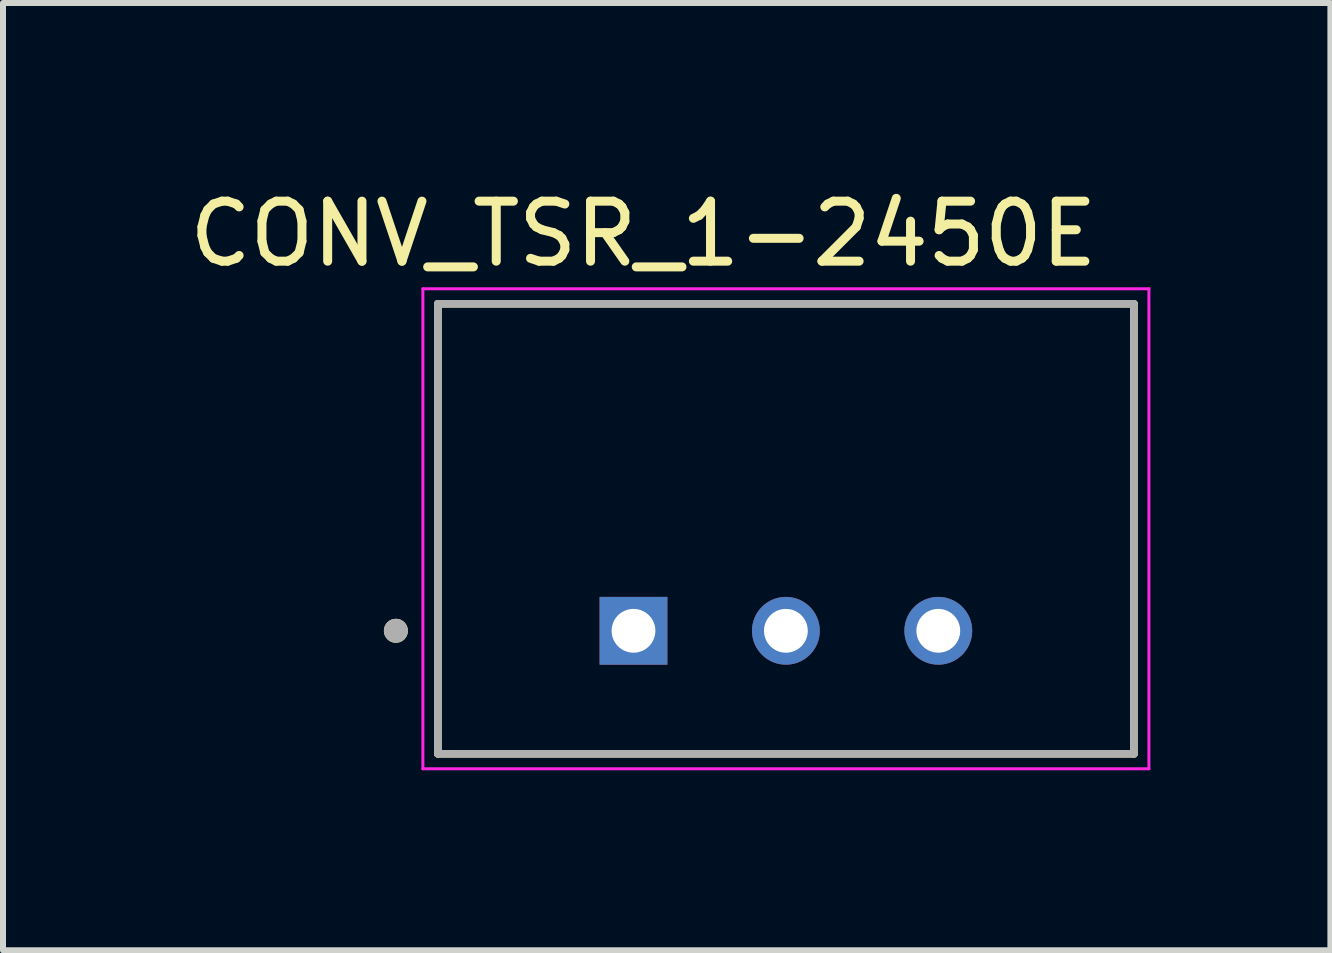
<source format=kicad_pcb>
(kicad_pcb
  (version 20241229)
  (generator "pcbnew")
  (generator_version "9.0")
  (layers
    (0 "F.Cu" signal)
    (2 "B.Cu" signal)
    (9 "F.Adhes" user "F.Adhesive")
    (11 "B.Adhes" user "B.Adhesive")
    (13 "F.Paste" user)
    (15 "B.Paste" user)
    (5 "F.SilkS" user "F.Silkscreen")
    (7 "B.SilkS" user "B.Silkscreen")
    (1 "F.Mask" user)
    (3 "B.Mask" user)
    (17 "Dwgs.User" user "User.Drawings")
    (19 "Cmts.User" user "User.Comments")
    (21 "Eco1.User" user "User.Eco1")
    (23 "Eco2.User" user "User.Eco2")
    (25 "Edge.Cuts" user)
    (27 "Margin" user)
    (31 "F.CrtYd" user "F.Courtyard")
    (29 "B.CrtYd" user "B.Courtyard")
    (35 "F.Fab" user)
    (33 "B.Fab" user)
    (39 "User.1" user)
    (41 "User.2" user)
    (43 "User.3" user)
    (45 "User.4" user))
  (footprint "CONV_TSR_1-2450E"
    (layer "F.Cu")
    (at 10.048 5.763)
    (property "Reference" "CONV_TSR_1-2450E" (at -2.375 -4.915 0) (layer "F.SilkS") (effects (font (size 1 1) (thickness 0.15))))
    (attr through_hole)
    (fp_line (start -5.8 -3.75) (end 5.8 -3.75) (stroke (width 0.127) (type solid)) (layer "F.SilkS"))
    (fp_line (start -5.8 3.75) (end -5.8 -3.75) (stroke (width 0.127) (type solid)) (layer "F.SilkS"))
    (fp_line (start -5.8 3.75) (end 5.8 3.75) (stroke (width 0.127) (type solid)) (layer "F.SilkS"))
    (fp_line (start 5.8 -3.75) (end 5.8 3.75) (stroke (width 0.127) (type solid)) (layer "F.SilkS"))
    (fp_circle (center -6.5 1.7) (end -6.4 1.7) (stroke (width 0.2) (type solid)) (fill no) (layer "F.SilkS"))
    (fp_line (start -6.05 -4) (end -6.05 4) (stroke (width 0.05) (type solid)) (layer "F.CrtYd"))
    (fp_line (start -6.05 4) (end 6.05 4) (stroke (width 0.05) (type solid)) (layer "F.CrtYd"))
    (fp_line (start 6.05 -4) (end -6.05 -4) (stroke (width 0.05) (type solid)) (layer "F.CrtYd"))
    (fp_line (start 6.05 4) (end 6.05 -4) (stroke (width 0.05) (type solid)) (layer "F.CrtYd"))
    (fp_line (start -5.8 -3.75) (end 5.8 -3.75) (stroke (width 0.127) (type solid)) (layer "F.Fab"))
    (fp_line (start -5.8 3.75) (end -5.8 -3.75) (stroke (width 0.127) (type solid)) (layer "F.Fab"))
    (fp_line (start 5.8 -3.75) (end 5.8 3.75) (stroke (width 0.127) (type solid)) (layer "F.Fab"))
    (fp_line (start 5.8 3.75) (end -5.8 3.75) (stroke (width 0.127) (type solid)) (layer "F.Fab"))
    (fp_circle (center -6.5 1.7) (end -6.4 1.7) (stroke (width 0.2) (type solid)) (fill no) (layer "F.Fab"))
    (pad "1" thru_hole rect (at -2.54 1.7) (size 1.13 1.13) (drill 0.73) (layers "*.Cu" "*.Mask"))
    (pad "2" thru_hole circle (at 0 1.7) (size 1.13 1.13) (drill 0.73) (layers "*.Cu" "*.Mask"))
    (pad "3" thru_hole circle (at 2.54 1.7) (size 1.13 1.13) (drill 0.73) (layers "*.Cu" "*.Mask")))
  (gr_rect
    (start -3 -3)
    (end 19.123 12.788)
    (stroke (width 0.1) (type default))
    (fill no)
    (layer "Edge.Cuts")))
</source>
